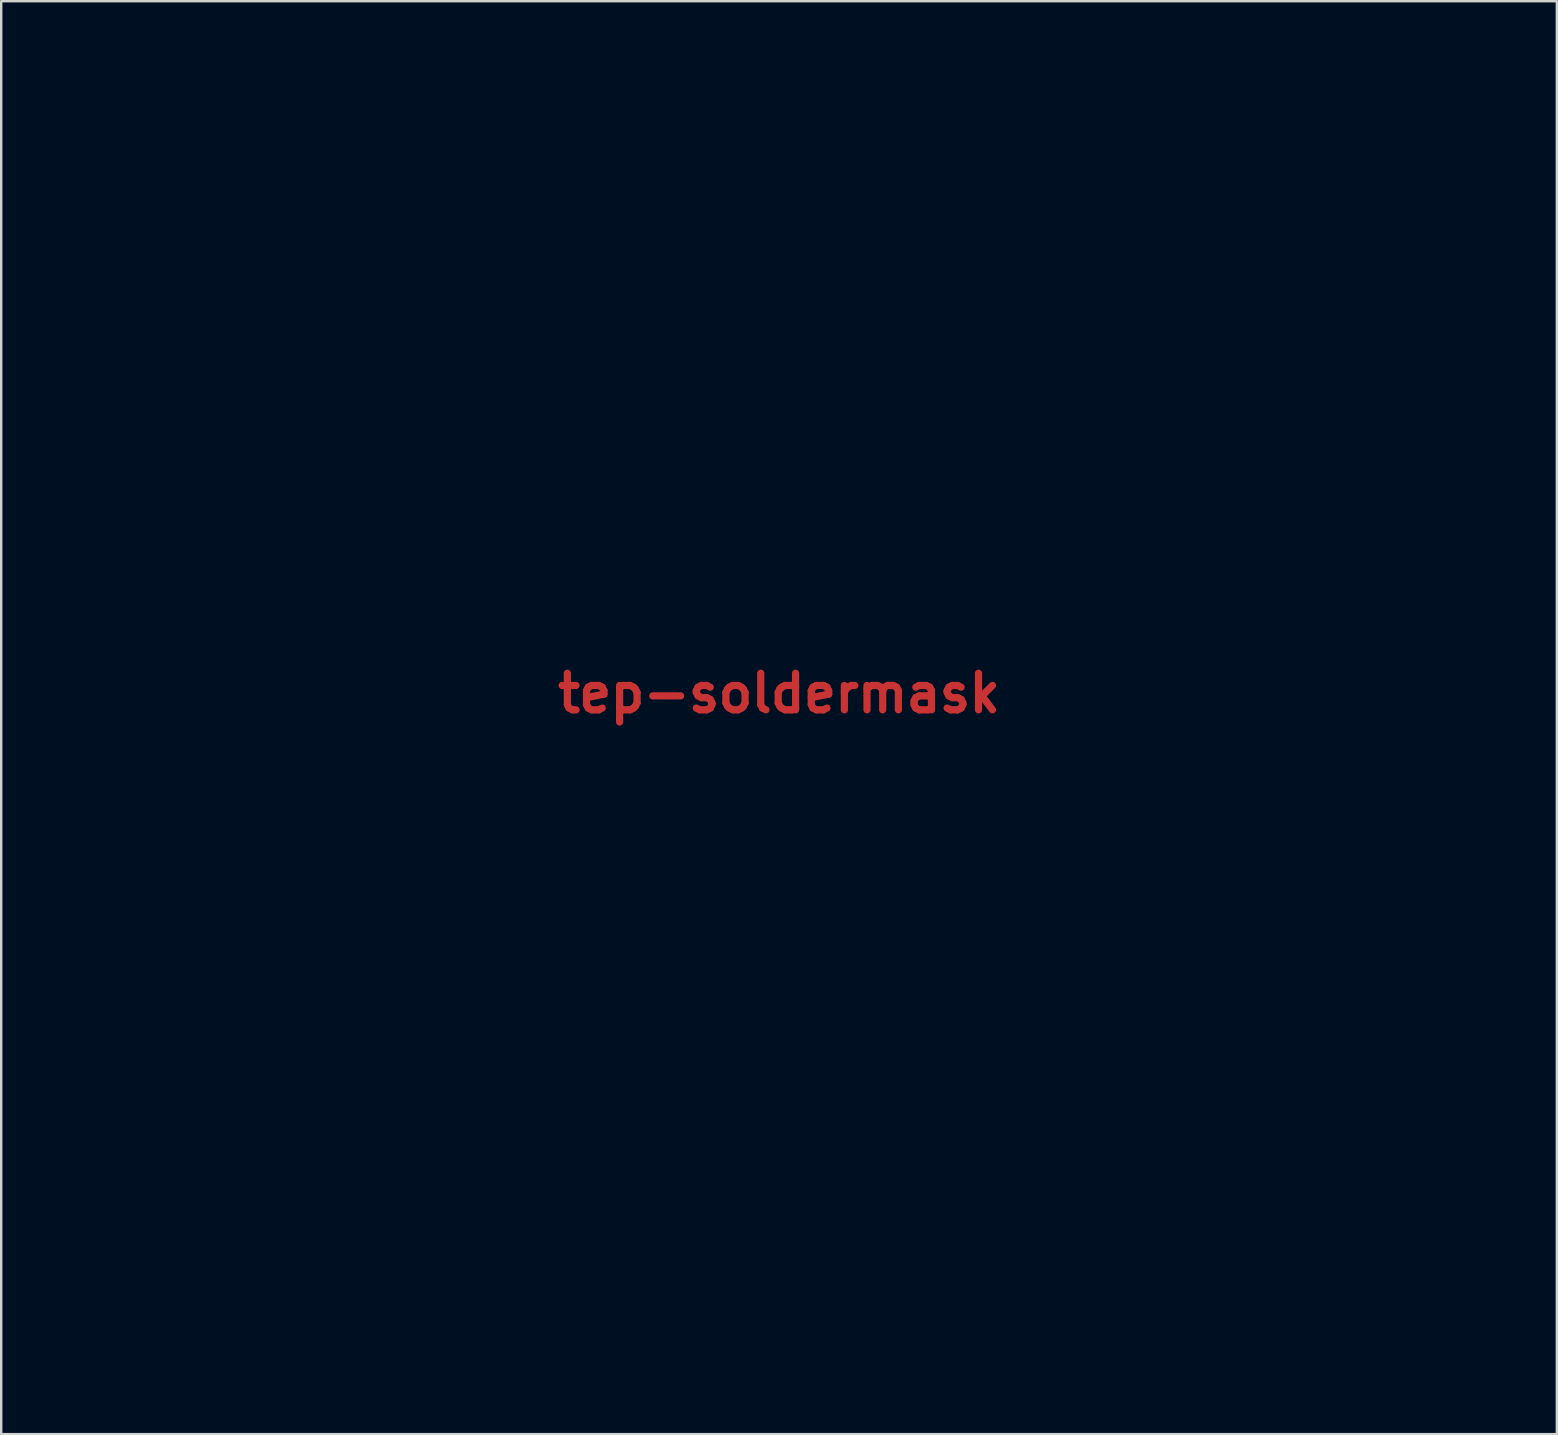
<source format=kicad_pcb>
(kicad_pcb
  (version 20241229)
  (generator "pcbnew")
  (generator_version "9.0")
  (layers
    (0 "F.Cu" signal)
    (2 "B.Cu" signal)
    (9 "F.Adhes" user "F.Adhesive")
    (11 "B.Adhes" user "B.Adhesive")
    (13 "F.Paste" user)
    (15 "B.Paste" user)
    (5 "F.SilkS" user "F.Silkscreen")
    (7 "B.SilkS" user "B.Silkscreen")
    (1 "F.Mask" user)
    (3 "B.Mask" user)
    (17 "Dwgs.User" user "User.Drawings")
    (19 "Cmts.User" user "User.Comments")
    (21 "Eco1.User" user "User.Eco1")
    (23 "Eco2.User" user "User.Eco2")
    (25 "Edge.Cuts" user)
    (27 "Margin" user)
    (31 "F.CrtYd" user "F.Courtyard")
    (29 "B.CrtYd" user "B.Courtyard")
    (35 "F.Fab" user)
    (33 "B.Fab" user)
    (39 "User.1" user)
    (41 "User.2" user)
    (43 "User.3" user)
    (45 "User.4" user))
  (footprint "tep-soldermask"
    (layer "F.Cu")
    (at 29.4 25.828)
    (property "Reference" "tep-soldermask" (at 0 0 0) (layer "F.Cu") (effects (font (size 1.524 1.524) (thickness 0.3))))
    (attr through_hole)
    (fp_poly (pts (xy 5.503 5.821) (xy 5.397 5.927) (xy 5.292 5.821) (xy 5.397 5.715) (xy 5.503 5.821)) (stroke (width 0.01) (type solid)) (fill yes) (layer "F.Mask"))
    (fp_poly (pts (xy -5.151 5.786) (xy -5.18 5.911) (xy -5.292 5.927) (xy -5.466 5.849) (xy -5.433 5.786) (xy -5.182 5.76) (xy -5.151 5.786)) (stroke (width 0.01) (type solid)) (fill yes) (layer "F.Mask"))
    (fp_poly (pts (xy 12.585 -4.584) (xy 12.847 -4.42) (xy 12.857 -4.168) (xy 12.594 -3.75) (xy 12.292 -3.379) (xy 11.673 -2.646) (xy 11.88 -3.592) (xy 12.036 -4.248) (xy 12.169 -4.574) (xy 12.34 -4.654) (xy 12.585 -4.584)) (stroke (width 0.01) (type solid)) (fill yes) (layer "F.Mask"))
    (fp_poly (pts (xy -12.085 -4.263) (xy -11.923 -3.789) (xy -11.857 -3.509) (xy -11.771 -2.957) (xy -11.849 -2.791) (xy -12.096 -3.011) (xy -12.44 -3.5) (xy -12.725 -3.98) (xy -12.774 -4.232) (xy -12.605 -4.364) (xy -12.59 -4.37) (xy -12.284 -4.43) (xy -12.085 -4.263)) (stroke (width 0.01) (type solid)) (fill yes) (layer "F.Mask"))
    (fp_poly (pts (xy 11.356 -4.406) (xy 11.337 -4.249) (xy 11 -3.847) (xy 10.358 -3.215) (xy 9.429 -2.368) (xy 8.968 -1.962) (xy 6.244 0.414) (xy 2.011 0.405) (xy 2.963 -0.446) (xy 4.534 -1.718) (xy 6.116 -2.714) (xy 7.042 -3.181) (xy 7.935 -3.554) (xy 8.913 -3.896) (xy 9.867 -4.175) (xy 10.685 -4.359) (xy 11.256 -4.417) (xy 11.356 -4.406)) (stroke (width 0.01) (type solid)) (fill yes) (layer "F.Mask"))
    (fp_poly (pts (xy 10.502 -24.816) (xy 12.097 -23.571) (xy 13.638 -22.059) (xy 15.018 -20.402) (xy 16.13 -18.717) (xy 16.369 -18.275) (xy 16.713 -17.607) (xy 16.051 -17.376) (xy 15.446 -17.189) (xy 15.138 -17.18) (xy 15.034 -17.355) (xy 15.028 -17.456) (xy 14.92 -17.937) (xy 14.626 -18.671) (xy 14.197 -19.558) (xy 13.68 -20.498) (xy 13.124 -21.39) (xy 13.107 -21.415) (xy 12.527 -22.192) (xy 11.768 -23.094) (xy 10.966 -23.963) (xy 10.707 -24.223) (xy 9.207 -25.692) (xy 10.502 -24.816)) (stroke (width 0.01) (type solid)) (fill yes) (layer "F.Mask"))
    (fp_poly (pts (xy -9.737 -25.051) (xy -11.29 -23.583) (xy -12.727 -21.826) (xy -12.936 -21.532) (xy -13.422 -20.775) (xy -13.919 -19.909) (xy -14.378 -19.034) (xy -14.748 -18.25) (xy -14.978 -17.655) (xy -15.028 -17.41) (xy -15.172 -17.183) (xy -15.616 -17.223) (xy -16.14 -17.419) (xy -16.722 -17.674) (xy -15.843 -19.156) (xy -15.262 -20.001) (xy -14.465 -20.983) (xy -13.528 -22.022) (xy -12.53 -23.038) (xy -11.55 -23.952) (xy -10.664 -24.684) (xy -9.951 -25.155) (xy -9.948 -25.156) (xy -8.996 -25.654) (xy -9.737 -25.051)) (stroke (width 0.01) (type solid)) (fill yes) (layer "F.Mask"))
    (fp_poly (pts (xy -10.694 -4.305) (xy -9.901 -4.092) (xy -8.987 -3.803) (xy -8.041 -3.468) (xy -7.153 -3.114) (xy -6.413 -2.77) (xy -6.401 -2.764) (xy -5.566 -2.29) (xy -4.686 -1.725) (xy -3.842 -1.131) (xy -3.119 -0.568) (xy -2.597 -0.098) (xy -2.364 0.213) (xy -2.528 0.315) (xy -3.068 0.382) (xy -3.941 0.41) (xy -4.269 0.409) (xy -6.244 0.395) (xy -8.945 -1.952) (xy -9.829 -2.729) (xy -10.58 -3.409) (xy -11.149 -3.944) (xy -11.485 -4.287) (xy -11.554 -4.391) (xy -11.275 -4.414) (xy -10.694 -4.305)) (stroke (width 0.01) (type solid)) (fill yes) (layer "F.Mask"))
    (fp_poly (pts (xy 1.423 6.932) (xy 1.596 7.76) (xy 1.718 8.879) (xy 1.786 10.169) (xy 1.8 11.509) (xy 1.757 12.779) (xy 1.657 13.856) (xy 1.519 14.552) (xy 1.254 15.452) (xy 0.105 15.452) (xy -0.613 15.419) (xy -1.029 15.297) (xy -1.257 15.053) (xy -1.261 15.045) (xy -1.382 14.664) (xy -1.525 13.979) (xy -1.667 13.106) (xy -1.734 12.613) (xy -1.847 10.93) (xy -1.787 9.203) (xy -1.566 7.587) (xy -1.247 6.374) (xy -1.073 5.977) (xy -0.826 5.783) (xy -0.368 5.72) (xy 0.015 5.715) (xy 1.047 5.715) (xy 1.423 6.932)) (stroke (width 0.01) (type solid)) (fill yes) (layer "F.Mask"))
    (fp_poly (pts (xy -1.745 7.25) (xy -1.928 8.054) (xy -2.034 8.831) (xy -2.071 9.713) (xy -2.05 10.834) (xy -2.03 11.324) (xy -1.972 12.404) (xy -1.905 13.405) (xy -1.836 14.208) (xy -1.781 14.658) (xy -1.647 15.452) (xy -2.716 15.452) (xy -3.346 15.423) (xy -3.778 15.349) (xy -3.881 15.293) (xy -3.902 15.012) (xy -3.853 14.455) (xy -3.783 13.97) (xy -3.673 12.232) (xy -3.876 10.321) (xy -4.378 8.336) (xy -4.703 7.432) (xy -4.948 6.786) (xy -5.038 6.413) (xy -4.977 6.195) (xy -4.771 6.012) (xy -4.758 6.003) (xy -4.28 5.83) (xy -3.469 5.732) (xy -2.855 5.715) (xy -1.345 5.715) (xy -1.745 7.25)) (stroke (width 0.01) (type solid)) (fill yes) (layer "F.Mask"))
    (fp_poly (pts (xy -8.103 -25.683) (xy -8.432 -25.308) (xy -8.93 -24.77) (xy -9.14 -24.547) (xy -10.142 -23.309) (xy -11.027 -21.863) (xy -11.744 -20.321) (xy -12.244 -18.794) (xy -12.476 -17.395) (xy -12.486 -17.092) (xy -12.515 -16.613) (xy -12.655 -16.379) (xy -12.989 -16.363) (xy -13.601 -16.54) (xy -13.917 -16.65) (xy -14.457 -16.891) (xy -14.778 -17.131) (xy -14.816 -17.216) (xy -14.713 -17.607) (xy -14.438 -18.259) (xy -14.041 -19.072) (xy -13.571 -19.948) (xy -13.081 -20.787) (xy -12.737 -21.32) (xy -12.223 -21.993) (xy -11.55 -22.761) (xy -10.785 -23.56) (xy -9.994 -24.326) (xy -9.247 -24.995) (xy -8.608 -25.503) (xy -8.146 -25.786) (xy -8.005 -25.823) (xy -8.103 -25.683)) (stroke (width 0.01) (type solid)) (fill yes) (layer "F.Mask"))
    (fp_poly (pts (xy 11.746 -9.442) (xy 11.951 -9.049) (xy 12.033 -8.642) (xy 12.158 -7.988) (xy 12.305 -7.199) (xy 12.453 -6.388) (xy 12.582 -5.668) (xy 12.671 -5.15) (xy 12.7 -4.951) (xy 12.515 -4.893) (xy 12.063 -4.862) (xy 12.012 -4.861) (xy 10.49 -4.683) (xy 8.804 -4.207) (xy 7.041 -3.474) (xy 5.293 -2.524) (xy 3.649 -1.398) (xy 2.84 -0.734) (xy 2.062 -0.094) (xy 1.476 0.273) (xy 0.998 0.416) (xy 0.867 0.423) (xy 0.212 0.423) (xy 0.212 -3.175) (xy 0.836 -3.175) (xy 2.375 -3.353) (xy 4.026 -3.852) (xy 5.702 -4.624) (xy 7.314 -5.616) (xy 8.774 -6.78) (xy 9.992 -8.065) (xy 10.387 -8.595) (xy 10.914 -9.217) (xy 11.382 -9.504) (xy 11.746 -9.442)) (stroke (width 0.01) (type solid)) (fill yes) (layer "F.Mask"))
    (fp_poly (pts (xy 3.535 5.751) (xy 4.181 5.826) (xy 4.635 5.935) (xy 4.734 5.985) (xy 4.894 6.135) (xy 4.959 6.341) (xy 4.918 6.687) (xy 4.76 7.256) (xy 4.475 8.132) (xy 4.432 8.26) (xy 4.102 9.304) (xy 3.904 10.143) (xy 3.806 10.965) (xy 3.78 11.957) (xy 3.783 12.382) (xy 3.798 13.33) (xy 3.82 14.154) (xy 3.845 14.737) (xy 3.86 14.922) (xy 3.842 15.171) (xy 3.638 15.311) (xy 3.155 15.385) (xy 2.776 15.411) (xy 1.636 15.476) (xy 1.781 14.776) (xy 2.092 12.683) (xy 2.18 10.568) (xy 2.048 8.559) (xy 1.696 6.784) (xy 1.693 6.772) (xy 1.553 6.242) (xy 1.483 5.9) (xy 1.482 5.875) (xy 1.671 5.772) (xy 2.158 5.72) (xy 2.82 5.715) (xy 3.535 5.751)) (stroke (width 0.01) (type solid)) (fill yes) (layer "F.Mask"))
    (fp_poly (pts (xy 8.372 -25.658) (xy 8.894 -25.298) (xy 9.601 -24.696) (xy 10.407 -23.937) (xy 11.227 -23.106) (xy 11.975 -22.286) (xy 12.566 -21.563) (xy 12.727 -21.339) (xy 13.204 -20.585) (xy 13.696 -19.722) (xy 14.153 -18.851) (xy 14.524 -18.07) (xy 14.759 -17.477) (xy 14.816 -17.218) (xy 14.634 -17.014) (xy 14.167 -16.767) (xy 13.826 -16.636) (xy 13.205 -16.423) (xy 12.876 -16.334) (xy 12.73 -16.368) (xy 12.656 -16.525) (xy 12.617 -16.633) (xy 12.523 -17.08) (xy 12.486 -17.639) (xy 12.394 -18.288) (xy 12.152 -19.188) (xy 11.805 -20.216) (xy 11.396 -21.248) (xy 10.972 -22.158) (xy 10.697 -22.642) (xy 10.23 -23.297) (xy 9.606 -24.073) (xy 9.017 -24.737) (xy 8.564 -25.246) (xy 8.32 -25.578) (xy 8.323 -25.678) (xy 8.372 -25.658)) (stroke (width 0.01) (type solid)) (fill yes) (layer "F.Mask"))
    (fp_poly (pts (xy -10.921 -9.333) (xy -10.445 -8.764) (xy -10.372 -8.647) (xy -9.46 -7.465) (xy -8.236 -6.327) (xy -6.794 -5.288) (xy -5.224 -4.399) (xy -3.621 -3.716) (xy -2.077 -3.292) (xy -0.908 -3.175) (xy -0.212 -3.175) (xy -0.212 0.423) (xy -1.048 0.423) (xy -1.659 0.351) (xy -2.029 0.166) (xy -2.053 0.132) (xy -2.437 -0.329) (xy -3.098 -0.926) (xy -3.944 -1.589) (xy -4.881 -2.249) (xy -5.817 -2.837) (xy -6.456 -3.183) (xy -7.545 -3.666) (xy -8.763 -4.111) (xy -9.989 -4.484) (xy -11.101 -4.747) (xy -11.977 -4.865) (xy -12.099 -4.868) (xy -12.53 -4.885) (xy -12.7 -4.922) (xy -12.663 -5.138) (xy -12.563 -5.683) (xy -12.415 -6.467) (xy -12.277 -7.197) (xy -12.104 -8.108) (xy -11.965 -8.849) (xy -11.877 -9.331) (xy -11.853 -9.472) (xy -11.673 -9.511) (xy -11.377 -9.519) (xy -10.921 -9.333)) (stroke (width 0.01) (type solid)) (fill yes) (layer "F.Mask"))
    (fp_poly (pts (xy 18.144 -13.555) (xy 18.279 -12.978) (xy 18.395 -12.077) (xy 18.487 -10.902) (xy 18.537 -9.842) (xy 18.61 -7.726) (xy 19.306 -7.327) (xy 21.818 -5.678) (xy 23.967 -3.815) (xy 25.76 -1.731) (xy 27.204 0.585) (xy 28.307 3.141) (xy 28.542 3.857) (xy 28.785 4.773) (xy 29.009 5.846) (xy 29.197 6.961) (xy 29.331 8.001) (xy 29.394 8.85) (xy 29.376 9.347) (xy 29.309 9.454) (xy 29.217 9.178) (xy 29.132 8.678) (xy 28.623 6.395) (xy 27.762 4.16) (xy 26.598 2.061) (xy 25.18 0.186) (xy 23.703 -1.256) (xy 21.875 -2.541) (xy 19.805 -3.59) (xy 17.617 -4.351) (xy 15.438 -4.771) (xy 15.249 -4.791) (xy 13.826 -4.923) (xy 14.756 -7.065) (xy 15.362 -8.44) (xy 15.963 -9.766) (xy 16.534 -10.988) (xy 17.047 -12.052) (xy 17.477 -12.904) (xy 17.796 -13.487) (xy 17.979 -13.749) (xy 17.998 -13.758) (xy 18.144 -13.555)) (stroke (width 0.01) (type solid)) (fill yes) (layer "F.Mask"))
    (fp_poly (pts (xy -3.14 20.547) (xy -2.368 20.589) (xy -1.858 20.651) (xy -1.693 20.719) (xy -1.852 20.993) (xy -2.279 21.45) (xy -2.899 22.026) (xy -3.636 22.657) (xy -4.417 23.278) (xy -5.165 23.825) (xy -5.728 24.188) (xy -7.516 25.09) (xy -9.352 25.699) (xy -11.352 26.047) (xy -13.018 26.157) (xy -14.352 26.173) (xy -15.398 26.128) (xy -16.29 26.011) (xy -17.039 25.843) (xy -17.862 25.609) (xy -18.731 25.33) (xy -19.556 25.039) (xy -20.25 24.77) (xy -20.725 24.554) (xy -20.893 24.424) (xy -20.888 24.416) (xy -20.664 24.431) (xy -20.132 24.538) (xy -19.395 24.715) (xy -19.138 24.781) (xy -17.011 25.124) (xy -14.834 25.051) (xy -12.628 24.567) (xy -10.978 23.938) (xy -10.136 23.486) (xy -9.153 22.847) (xy -8.174 22.128) (xy -7.345 21.432) (xy -7.001 21.091) (xy -6.759 20.849) (xy -6.505 20.689) (xy -6.15 20.595) (xy -5.605 20.548) (xy -4.78 20.533) (xy -4.091 20.532) (xy -3.14 20.547)) (stroke (width 0.01) (type solid)) (fill yes) (layer "F.Mask"))
    (fp_poly (pts (xy 14.845 -4.548) (xy 15.53 -4.461) (xy 18.071 -3.925) (xy 20.405 -3.03) (xy 22.51 -1.795) (xy 24.361 -0.235) (xy 25.937 1.631) (xy 27.215 3.787) (xy 27.664 4.792) (xy 28.013 5.757) (xy 28.339 6.852) (xy 28.619 7.976) (xy 28.83 9.025) (xy 28.95 9.896) (xy 28.955 10.486) (xy 28.945 10.542) (xy 28.866 10.579) (xy 28.758 10.268) (xy 28.699 9.988) (xy 28.161 8.103) (xy 27.266 6.249) (xy 26.077 4.516) (xy 24.658 2.993) (xy 23.071 1.768) (xy 22.779 1.59) (xy 20.915 0.704) (xy 18.916 0.119) (xy 16.867 -0.156) (xy 14.853 -0.113) (xy 12.96 0.254) (xy 11.906 0.638) (xy 11.406 0.844) (xy 11.121 0.879) (xy 11.019 0.681) (xy 11.069 0.191) (xy 11.242 -0.652) (xy 11.243 -0.658) (xy 11.713 -1.901) (xy 12.354 -2.857) (xy 12.842 -3.484) (xy 13.242 -4.026) (xy 13.447 -4.331) (xy 13.585 -4.508) (xy 13.803 -4.599) (xy 14.193 -4.611) (xy 14.845 -4.548)) (stroke (width 0.01) (type solid)) (fill yes) (layer "F.Mask"))
    (fp_poly (pts (xy 5.133 20.536) (xy 5.841 20.561) (xy 6.303 20.624) (xy 6.609 20.741) (xy 6.848 20.93) (xy 7.001 21.091) (xy 8.257 22.23) (xy 9.819 23.28) (xy 11.571 24.172) (xy 13.018 24.72) (xy 13.925 24.912) (xy 15.109 25.024) (xy 16.429 25.058) (xy 17.746 25.013) (xy 18.92 24.89) (xy 19.781 24.699) (xy 20.384 24.52) (xy 20.798 24.429) (xy 20.904 24.432) (xy 20.772 24.544) (xy 20.326 24.747) (xy 19.661 25.009) (xy 18.866 25.297) (xy 18.034 25.576) (xy 17.257 25.813) (xy 16.771 25.942) (xy 15.595 26.128) (xy 14.166 26.211) (xy 12.638 26.194) (xy 11.167 26.078) (xy 9.91 25.866) (xy 9.842 25.849) (xy 7.626 25.12) (xy 5.547 24.083) (xy 4.928 23.692) (xy 4.339 23.258) (xy 3.666 22.703) (xy 2.986 22.1) (xy 2.379 21.523) (xy 1.925 21.044) (xy 1.703 20.738) (xy 1.693 20.698) (xy 1.891 20.632) (xy 2.428 20.578) (xy 3.219 20.543) (xy 4.091 20.532) (xy 5.133 20.536)) (stroke (width 0.01) (type solid)) (fill yes) (layer "F.Mask"))
    (fp_poly (pts (xy -16.902 -11.832) (xy -16.397 -10.762) (xy -15.885 -9.65) (xy -15.44 -8.655) (xy -15.222 -8.149) (xy -14.85 -7.296) (xy -14.475 -6.482) (xy -14.178 -5.885) (xy -14.178 -5.885) (xy -13.917 -5.373) (xy -13.77 -5.035) (xy -13.758 -4.985) (xy -13.947 -4.913) (xy -14.422 -4.87) (xy -14.658 -4.865) (xy -15.743 -4.766) (xy -17.069 -4.496) (xy -18.505 -4.086) (xy -19.658 -3.672) (xy -21.86 -2.582) (xy -23.823 -1.153) (xy -25.528 0.59) (xy -26.958 2.623) (xy -28.093 4.924) (xy -28.916 7.469) (xy -29.116 8.361) (xy -29.248 8.928) (xy -29.348 9.194) (xy -29.395 9.102) (xy -29.365 8.364) (xy -29.24 7.348) (xy -29.044 6.184) (xy -28.801 4.999) (xy -28.535 3.922) (xy -28.272 3.086) (xy -27.137 0.531) (xy -25.764 -1.705) (xy -24.107 -3.672) (xy -22.126 -5.423) (xy -20.002 -6.872) (xy -18.58 -7.738) (xy -18.527 -9.954) (xy -18.479 -10.998) (xy -18.393 -11.99) (xy -18.284 -12.787) (xy -18.216 -13.102) (xy -17.958 -14.034) (xy -16.902 -11.832)) (stroke (width 0.01) (type solid)) (fill yes) (layer "F.Mask"))
    (fp_poly (pts (xy -12.557 -3.194) (xy -11.785 -2.01) (xy -11.319 -0.962) (xy -11.2 -0.531) (xy -11.076 0.125) (xy -11.03 0.597) (xy -11.054 0.753) (xy -11.296 0.745) (xy -11.82 0.614) (xy -12.513 0.388) (xy -12.517 0.387) (xy -13.206 0.168) (xy -13.88 0.027) (xy -14.661 -0.052) (xy -15.673 -0.083) (xy -16.404 -0.085) (xy -18.083 -0.018) (xy -19.502 0.198) (xy -20.808 0.604) (xy -22.151 1.239) (xy -22.988 1.719) (xy -24.397 2.764) (xy -25.72 4.115) (xy -26.878 5.666) (xy -27.793 7.311) (xy -28.384 8.942) (xy -28.398 8.996) (xy -28.581 9.637) (xy -28.766 10.125) (xy -28.916 10.381) (xy -28.994 10.33) (xy -28.998 10.255) (xy -28.951 9.797) (xy -28.827 9.057) (xy -28.654 8.165) (xy -28.458 7.249) (xy -28.266 6.439) (xy -28.103 5.864) (xy -28.085 5.813) (xy -27.475 4.366) (xy -26.685 2.864) (xy -25.813 1.481) (xy -25.199 0.668) (xy -23.636 -0.9) (xy -21.771 -2.246) (xy -19.686 -3.331) (xy -17.463 -4.113) (xy -15.182 -4.549) (xy -14.922 -4.575) (xy -13.652 -4.689) (xy -12.557 -3.194)) (stroke (width 0.01) (type solid)) (fill yes) (layer "F.Mask"))
    (fp_poly (pts (xy 0.458 20.55) (xy 0.845 20.644) (xy 1.229 20.873) (xy 1.71 21.296) (xy 2.334 21.916) (xy 4.321 23.641) (xy 6.477 24.983) (xy 8.778 25.935) (xy 11.2 26.49) (xy 13.72 26.64) (xy 16.313 26.377) (xy 16.475 26.347) (xy 17.395 26.15) (xy 18.256 25.928) (xy 18.891 25.725) (xy 18.955 25.699) (xy 19.55 25.472) (xy 19.804 25.421) (xy 19.746 25.517) (xy 19.405 25.731) (xy 18.812 26.034) (xy 18.423 26.214) (xy 16.573 26.951) (xy 14.82 27.44) (xy 13.008 27.712) (xy 10.978 27.799) (xy 10.689 27.799) (xy 8.268 27.66) (xy 6.044 27.251) (xy 3.905 26.541) (xy 1.739 25.496) (xy 0.787 24.946) (xy 0.274 24.657) (xy -0.054 24.58) (xy -0.372 24.702) (xy -0.588 24.838) (xy -1.648 25.448) (xy -2.954 26.083) (xy -4.339 26.671) (xy -5.639 27.137) (xy -6.244 27.313) (xy -7.481 27.56) (xy -8.925 27.739) (xy -10.429 27.84) (xy -11.848 27.853) (xy -13.032 27.771) (xy -13.229 27.742) (xy -14.543 27.473) (xy -15.946 27.095) (xy -17.312 26.65) (xy -18.515 26.179) (xy -19.432 25.722) (xy -19.473 25.697) (xy -20.003 25.373) (xy -19.473 25.515) (xy -19.005 25.643) (xy -18.285 25.843) (xy -17.468 26.072) (xy -17.462 26.073) (xy -16.159 26.336) (xy -14.616 26.487) (xy -12.983 26.524) (xy -11.412 26.445) (xy -10.054 26.248) (xy -9.737 26.173) (xy -7.463 25.373) (xy -5.278 24.222) (xy -3.292 22.785) (xy -2.049 21.614) (xy -1.484 21.039) (xy -1.065 20.714) (xy -0.661 20.569) (xy -0.139 20.532) (xy -0.032 20.532) (xy 0.458 20.55)) (stroke (width 0.01) (type solid)) (fill yes) (layer "F.Mask")))
  (gr_rect
    (start -3 -3)
    (end 61.799 56.687)
    (stroke (width 0.1) (type default))
    (fill no)
    (layer "Edge.Cuts")))
</source>
